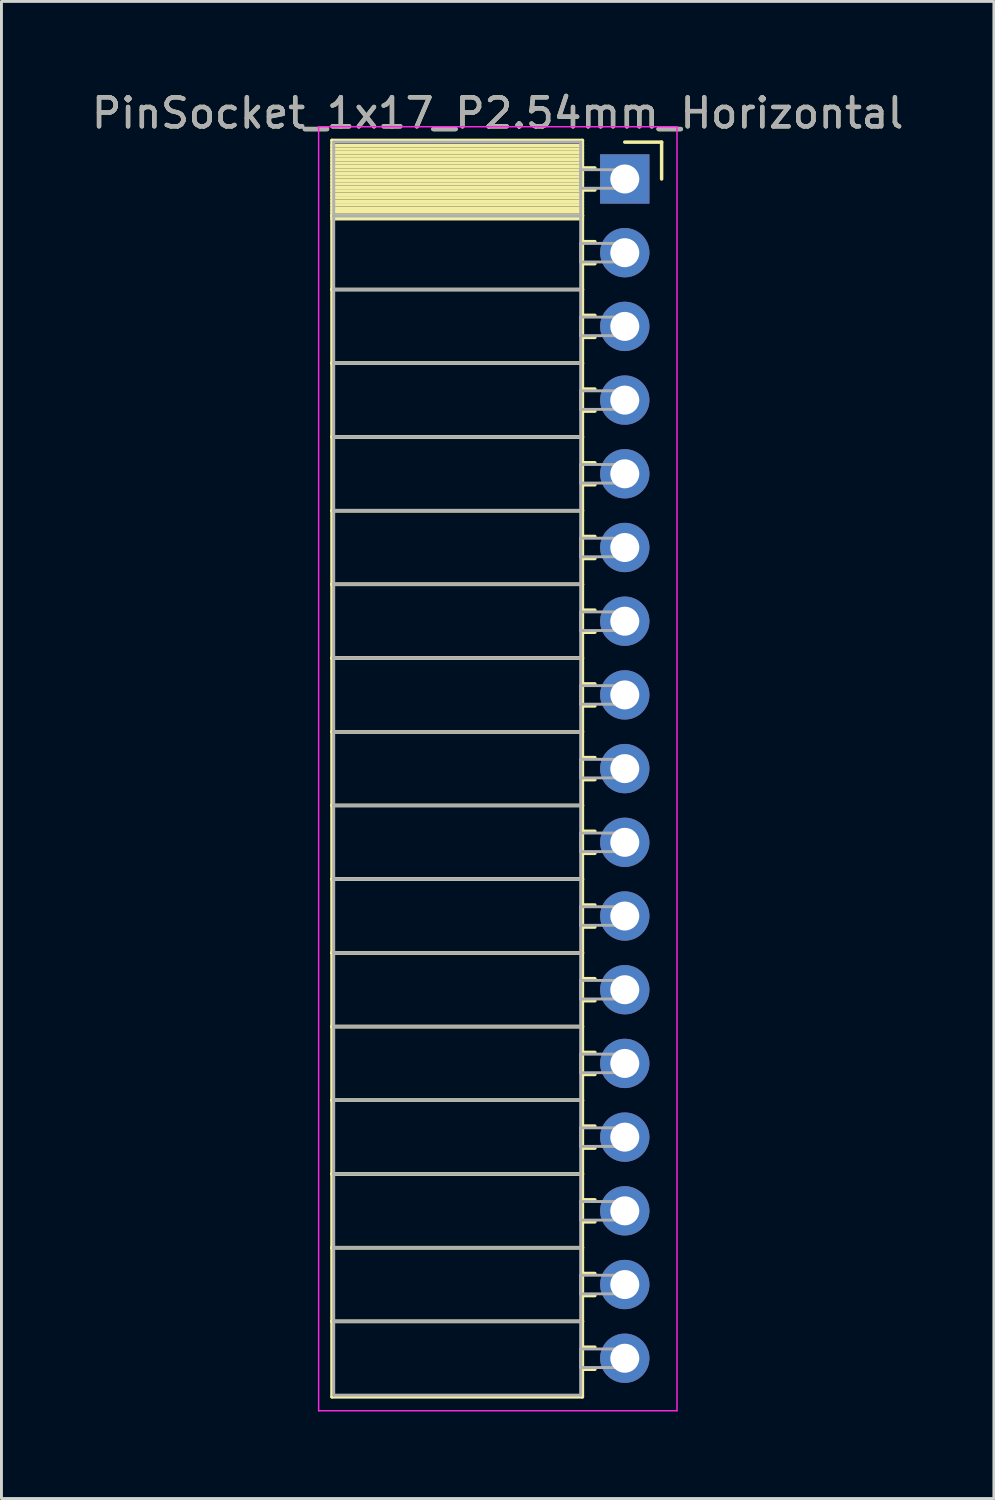
<source format=kicad_pcb>
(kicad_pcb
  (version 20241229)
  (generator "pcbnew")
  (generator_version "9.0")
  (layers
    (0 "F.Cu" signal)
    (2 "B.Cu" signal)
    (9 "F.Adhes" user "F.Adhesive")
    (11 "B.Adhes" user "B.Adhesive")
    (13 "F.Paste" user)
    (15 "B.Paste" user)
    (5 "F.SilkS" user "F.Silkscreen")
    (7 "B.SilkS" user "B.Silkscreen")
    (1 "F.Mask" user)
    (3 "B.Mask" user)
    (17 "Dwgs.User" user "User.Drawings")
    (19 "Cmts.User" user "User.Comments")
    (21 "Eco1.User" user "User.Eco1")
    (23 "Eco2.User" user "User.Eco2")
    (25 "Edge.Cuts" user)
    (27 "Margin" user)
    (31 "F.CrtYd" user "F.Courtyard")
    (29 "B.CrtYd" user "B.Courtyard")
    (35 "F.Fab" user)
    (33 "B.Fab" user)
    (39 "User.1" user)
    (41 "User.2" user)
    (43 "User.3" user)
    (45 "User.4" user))
  (footprint "PinSocket_1x17_P2.54mm_Horizontal"
    (layer "F.Cu")
    (at 18.481 3.118)
    (property "Reference" "PinSocket_1x17_P2.54mm_Horizontal" (at -4.38 -2.27 0) (layer "F.SilkS") (effects (font (size 1 1) (thickness 0.15))))
    (attr through_hole)
    (fp_line (start -10.09 -1.33) (end -1.46 -1.33) (stroke (width 0.12) (type solid)) (layer "F.SilkS"))
    (fp_line (start -10.09 1.27) (end -10.09 -1.33) (stroke (width 0.12) (type solid)) (layer "F.SilkS"))
    (fp_line (start -10.09 1.27) (end -1.46 1.27) (stroke (width 0.12) (type solid)) (layer "F.SilkS"))
    (fp_line (start -10.09 3.81) (end -10.09 1.27) (stroke (width 0.12) (type solid)) (layer "F.SilkS"))
    (fp_line (start -10.09 3.81) (end -1.46 3.81) (stroke (width 0.12) (type solid)) (layer "F.SilkS"))
    (fp_line (start -10.09 6.35) (end -10.09 3.81) (stroke (width 0.12) (type solid)) (layer "F.SilkS"))
    (fp_line (start -10.09 6.35) (end -1.46 6.35) (stroke (width 0.12) (type solid)) (layer "F.SilkS"))
    (fp_line (start -10.09 8.89) (end -10.09 6.35) (stroke (width 0.12) (type solid)) (layer "F.SilkS"))
    (fp_line (start -10.09 8.89) (end -1.46 8.89) (stroke (width 0.12) (type solid)) (layer "F.SilkS"))
    (fp_line (start -10.09 11.43) (end -10.09 8.89) (stroke (width 0.12) (type solid)) (layer "F.SilkS"))
    (fp_line (start -10.09 11.43) (end -1.46 11.43) (stroke (width 0.12) (type solid)) (layer "F.SilkS"))
    (fp_line (start -10.09 13.97) (end -10.09 11.43) (stroke (width 0.12) (type solid)) (layer "F.SilkS"))
    (fp_line (start -10.09 13.97) (end -1.46 13.97) (stroke (width 0.12) (type solid)) (layer "F.SilkS"))
    (fp_line (start -10.09 16.51) (end -10.09 13.97) (stroke (width 0.12) (type solid)) (layer "F.SilkS"))
    (fp_line (start -10.09 16.51) (end -1.46 16.51) (stroke (width 0.12) (type solid)) (layer "F.SilkS"))
    (fp_line (start -10.09 19.05) (end -10.09 16.51) (stroke (width 0.12) (type solid)) (layer "F.SilkS"))
    (fp_line (start -10.09 19.05) (end -1.46 19.05) (stroke (width 0.12) (type solid)) (layer "F.SilkS"))
    (fp_line (start -10.09 21.59) (end -10.09 19.05) (stroke (width 0.12) (type solid)) (layer "F.SilkS"))
    (fp_line (start -10.09 21.59) (end -1.46 21.59) (stroke (width 0.12) (type solid)) (layer "F.SilkS"))
    (fp_line (start -10.09 24.13) (end -10.09 21.59) (stroke (width 0.12) (type solid)) (layer "F.SilkS"))
    (fp_line (start -10.09 24.13) (end -1.46 24.13) (stroke (width 0.12) (type solid)) (layer "F.SilkS"))
    (fp_line (start -10.09 26.67) (end -10.09 24.13) (stroke (width 0.12) (type solid)) (layer "F.SilkS"))
    (fp_line (start -10.09 26.67) (end -1.46 26.67) (stroke (width 0.12) (type solid)) (layer "F.SilkS"))
    (fp_line (start -10.09 29.21) (end -10.09 26.67) (stroke (width 0.12) (type solid)) (layer "F.SilkS"))
    (fp_line (start -10.09 29.21) (end -1.46 29.21) (stroke (width 0.12) (type solid)) (layer "F.SilkS"))
    (fp_line (start -10.09 31.75) (end -10.09 29.21) (stroke (width 0.12) (type solid)) (layer "F.SilkS"))
    (fp_line (start -10.09 31.75) (end -1.46 31.75) (stroke (width 0.12) (type solid)) (layer "F.SilkS"))
    (fp_line (start -10.09 34.29) (end -10.09 31.75) (stroke (width 0.12) (type solid)) (layer "F.SilkS"))
    (fp_line (start -10.09 34.29) (end -1.46 34.29) (stroke (width 0.12) (type solid)) (layer "F.SilkS"))
    (fp_line (start -10.09 36.83) (end -10.09 34.29) (stroke (width 0.12) (type solid)) (layer "F.SilkS"))
    (fp_line (start -10.09 36.83) (end -1.46 36.83) (stroke (width 0.12) (type solid)) (layer "F.SilkS"))
    (fp_line (start -10.09 39.37) (end -10.09 36.83) (stroke (width 0.12) (type solid)) (layer "F.SilkS"))
    (fp_line (start -10.09 39.37) (end -1.46 39.37) (stroke (width 0.12) (type solid)) (layer "F.SilkS"))
    (fp_line (start -10.09 41.97) (end -10.09 39.37) (stroke (width 0.12) (type solid)) (layer "F.SilkS"))
    (fp_line (start -1.46 -1.33) (end -1.46 1.27) (stroke (width 0.12) (type solid)) (layer "F.SilkS"))
    (fp_line (start -1.46 -1.15) (end -10.09 -1.15) (stroke (width 0.12) (type solid)) (layer "F.SilkS"))
    (fp_line (start -1.46 -1.03) (end -10.09 -1.03) (stroke (width 0.12) (type solid)) (layer "F.SilkS"))
    (fp_line (start -1.46 -0.91) (end -10.09 -0.91) (stroke (width 0.12) (type solid)) (layer "F.SilkS"))
    (fp_line (start -1.46 -0.79) (end -10.09 -0.79) (stroke (width 0.12) (type solid)) (layer "F.SilkS"))
    (fp_line (start -1.46 -0.67) (end -10.09 -0.67) (stroke (width 0.12) (type solid)) (layer "F.SilkS"))
    (fp_line (start -1.46 -0.55) (end -10.09 -0.55) (stroke (width 0.12) (type solid)) (layer "F.SilkS"))
    (fp_line (start -1.46 -0.43) (end -10.09 -0.43) (stroke (width 0.12) (type solid)) (layer "F.SilkS"))
    (fp_line (start -1.46 -0.31) (end -10.09 -0.31) (stroke (width 0.12) (type solid)) (layer "F.SilkS"))
    (fp_line (start -1.46 -0.19) (end -10.09 -0.19) (stroke (width 0.12) (type solid)) (layer "F.SilkS"))
    (fp_line (start -1.46 -0.07) (end -10.09 -0.07) (stroke (width 0.12) (type solid)) (layer "F.SilkS"))
    (fp_line (start -1.46 0.05) (end -10.09 0.05) (stroke (width 0.12) (type solid)) (layer "F.SilkS"))
    (fp_line (start -1.46 0.17) (end -10.09 0.17) (stroke (width 0.12) (type solid)) (layer "F.SilkS"))
    (fp_line (start -1.46 0.29) (end -10.09 0.29) (stroke (width 0.12) (type solid)) (layer "F.SilkS"))
    (fp_line (start -1.46 0.41) (end -10.09 0.41) (stroke (width 0.12) (type solid)) (layer "F.SilkS"))
    (fp_line (start -1.46 0.53) (end -10.09 0.53) (stroke (width 0.12) (type solid)) (layer "F.SilkS"))
    (fp_line (start -1.46 0.65) (end -10.09 0.65) (stroke (width 0.12) (type solid)) (layer "F.SilkS"))
    (fp_line (start -1.46 0.77) (end -10.09 0.77) (stroke (width 0.12) (type solid)) (layer "F.SilkS"))
    (fp_line (start -1.46 0.89) (end -10.09 0.89) (stroke (width 0.12) (type solid)) (layer "F.SilkS"))
    (fp_line (start -1.46 1.01) (end -10.09 1.01) (stroke (width 0.12) (type solid)) (layer "F.SilkS"))
    (fp_line (start -1.46 1.13) (end -10.09 1.13) (stroke (width 0.12) (type solid)) (layer "F.SilkS"))
    (fp_line (start -1.46 1.25) (end -10.09 1.25) (stroke (width 0.12) (type solid)) (layer "F.SilkS"))
    (fp_line (start -1.46 1.27) (end -10.09 1.27) (stroke (width 0.12) (type solid)) (layer "F.SilkS"))
    (fp_line (start -1.46 1.27) (end -1.46 3.81) (stroke (width 0.12) (type solid)) (layer "F.SilkS"))
    (fp_line (start -1.46 1.37) (end -10.09 1.37) (stroke (width 0.12) (type solid)) (layer "F.SilkS"))
    (fp_line (start -1.46 3.81) (end -10.09 3.81) (stroke (width 0.12) (type solid)) (layer "F.SilkS"))
    (fp_line (start -1.46 3.81) (end -1.46 6.35) (stroke (width 0.12) (type solid)) (layer "F.SilkS"))
    (fp_line (start -1.46 6.35) (end -10.09 6.35) (stroke (width 0.12) (type solid)) (layer "F.SilkS"))
    (fp_line (start -1.46 6.35) (end -1.46 8.89) (stroke (width 0.12) (type solid)) (layer "F.SilkS"))
    (fp_line (start -1.46 8.89) (end -10.09 8.89) (stroke (width 0.12) (type solid)) (layer "F.SilkS"))
    (fp_line (start -1.46 8.89) (end -1.46 11.43) (stroke (width 0.12) (type solid)) (layer "F.SilkS"))
    (fp_line (start -1.46 11.43) (end -10.09 11.43) (stroke (width 0.12) (type solid)) (layer "F.SilkS"))
    (fp_line (start -1.46 11.43) (end -1.46 13.97) (stroke (width 0.12) (type solid)) (layer "F.SilkS"))
    (fp_line (start -1.46 13.97) (end -10.09 13.97) (stroke (width 0.12) (type solid)) (layer "F.SilkS"))
    (fp_line (start -1.46 13.97) (end -1.46 16.51) (stroke (width 0.12) (type solid)) (layer "F.SilkS"))
    (fp_line (start -1.46 16.51) (end -10.09 16.51) (stroke (width 0.12) (type solid)) (layer "F.SilkS"))
    (fp_line (start -1.46 16.51) (end -1.46 19.05) (stroke (width 0.12) (type solid)) (layer "F.SilkS"))
    (fp_line (start -1.46 19.05) (end -10.09 19.05) (stroke (width 0.12) (type solid)) (layer "F.SilkS"))
    (fp_line (start -1.46 19.05) (end -1.46 21.59) (stroke (width 0.12) (type solid)) (layer "F.SilkS"))
    (fp_line (start -1.46 21.59) (end -10.09 21.59) (stroke (width 0.12) (type solid)) (layer "F.SilkS"))
    (fp_line (start -1.46 21.59) (end -1.46 24.13) (stroke (width 0.12) (type solid)) (layer "F.SilkS"))
    (fp_line (start -1.46 24.13) (end -10.09 24.13) (stroke (width 0.12) (type solid)) (layer "F.SilkS"))
    (fp_line (start -1.46 24.13) (end -1.46 26.67) (stroke (width 0.12) (type solid)) (layer "F.SilkS"))
    (fp_line (start -1.46 26.67) (end -10.09 26.67) (stroke (width 0.12) (type solid)) (layer "F.SilkS"))
    (fp_line (start -1.46 26.67) (end -1.46 29.21) (stroke (width 0.12) (type solid)) (layer "F.SilkS"))
    (fp_line (start -1.46 29.21) (end -10.09 29.21) (stroke (width 0.12) (type solid)) (layer "F.SilkS"))
    (fp_line (start -1.46 29.21) (end -1.46 31.75) (stroke (width 0.12) (type solid)) (layer "F.SilkS"))
    (fp_line (start -1.46 31.75) (end -10.09 31.75) (stroke (width 0.12) (type solid)) (layer "F.SilkS"))
    (fp_line (start -1.46 31.75) (end -1.46 34.29) (stroke (width 0.12) (type solid)) (layer "F.SilkS"))
    (fp_line (start -1.46 34.29) (end -10.09 34.29) (stroke (width 0.12) (type solid)) (layer "F.SilkS"))
    (fp_line (start -1.46 34.29) (end -1.46 36.83) (stroke (width 0.12) (type solid)) (layer "F.SilkS"))
    (fp_line (start -1.46 36.83) (end -10.09 36.83) (stroke (width 0.12) (type solid)) (layer "F.SilkS"))
    (fp_line (start -1.46 36.83) (end -1.46 39.37) (stroke (width 0.12) (type solid)) (layer "F.SilkS"))
    (fp_line (start -1.46 39.37) (end -10.09 39.37) (stroke (width 0.12) (type solid)) (layer "F.SilkS"))
    (fp_line (start -1.46 39.37) (end -1.46 41.97) (stroke (width 0.12) (type solid)) (layer "F.SilkS"))
    (fp_line (start -1.46 41.97) (end -10.09 41.97) (stroke (width 0.12) (type solid)) (layer "F.SilkS"))
    (fp_line (start -1.03 -0.38) (end -1.46 -0.38) (stroke (width 0.12) (type solid)) (layer "F.SilkS"))
    (fp_line (start -1.03 0.38) (end -1.46 0.38) (stroke (width 0.12) (type solid)) (layer "F.SilkS"))
    (fp_line (start -1.03 2.16) (end -1.46 2.16) (stroke (width 0.12) (type solid)) (layer "F.SilkS"))
    (fp_line (start -1.03 2.92) (end -1.46 2.92) (stroke (width 0.12) (type solid)) (layer "F.SilkS"))
    (fp_line (start -1.03 4.7) (end -1.46 4.7) (stroke (width 0.12) (type solid)) (layer "F.SilkS"))
    (fp_line (start -1.03 5.46) (end -1.46 5.46) (stroke (width 0.12) (type solid)) (layer "F.SilkS"))
    (fp_line (start -1.03 7.24) (end -1.46 7.24) (stroke (width 0.12) (type solid)) (layer "F.SilkS"))
    (fp_line (start -1.03 8) (end -1.46 8) (stroke (width 0.12) (type solid)) (layer "F.SilkS"))
    (fp_line (start -1.03 9.78) (end -1.46 9.78) (stroke (width 0.12) (type solid)) (layer "F.SilkS"))
    (fp_line (start -1.03 10.54) (end -1.46 10.54) (stroke (width 0.12) (type solid)) (layer "F.SilkS"))
    (fp_line (start -1.03 12.32) (end -1.46 12.32) (stroke (width 0.12) (type solid)) (layer "F.SilkS"))
    (fp_line (start -1.03 13.08) (end -1.46 13.08) (stroke (width 0.12) (type solid)) (layer "F.SilkS"))
    (fp_line (start -1.03 14.86) (end -1.46 14.86) (stroke (width 0.12) (type solid)) (layer "F.SilkS"))
    (fp_line (start -1.03 15.62) (end -1.46 15.62) (stroke (width 0.12) (type solid)) (layer "F.SilkS"))
    (fp_line (start -1.03 17.4) (end -1.46 17.4) (stroke (width 0.12) (type solid)) (layer "F.SilkS"))
    (fp_line (start -1.03 18.16) (end -1.46 18.16) (stroke (width 0.12) (type solid)) (layer "F.SilkS"))
    (fp_line (start -1.03 19.94) (end -1.46 19.94) (stroke (width 0.12) (type solid)) (layer "F.SilkS"))
    (fp_line (start -1.03 20.7) (end -1.46 20.7) (stroke (width 0.12) (type solid)) (layer "F.SilkS"))
    (fp_line (start -1.03 22.48) (end -1.46 22.48) (stroke (width 0.12) (type solid)) (layer "F.SilkS"))
    (fp_line (start -1.03 23.24) (end -1.46 23.24) (stroke (width 0.12) (type solid)) (layer "F.SilkS"))
    (fp_line (start -1.03 25.02) (end -1.46 25.02) (stroke (width 0.12) (type solid)) (layer "F.SilkS"))
    (fp_line (start -1.03 25.78) (end -1.46 25.78) (stroke (width 0.12) (type solid)) (layer "F.SilkS"))
    (fp_line (start -1.03 27.56) (end -1.46 27.56) (stroke (width 0.12) (type solid)) (layer "F.SilkS"))
    (fp_line (start -1.03 28.32) (end -1.46 28.32) (stroke (width 0.12) (type solid)) (layer "F.SilkS"))
    (fp_line (start -1.03 30.1) (end -1.46 30.1) (stroke (width 0.12) (type solid)) (layer "F.SilkS"))
    (fp_line (start -1.03 30.86) (end -1.46 30.86) (stroke (width 0.12) (type solid)) (layer "F.SilkS"))
    (fp_line (start -1.03 32.64) (end -1.46 32.64) (stroke (width 0.12) (type solid)) (layer "F.SilkS"))
    (fp_line (start -1.03 33.4) (end -1.46 33.4) (stroke (width 0.12) (type solid)) (layer "F.SilkS"))
    (fp_line (start -1.03 35.18) (end -1.46 35.18) (stroke (width 0.12) (type solid)) (layer "F.SilkS"))
    (fp_line (start -1.03 35.94) (end -1.46 35.94) (stroke (width 0.12) (type solid)) (layer "F.SilkS"))
    (fp_line (start -1.03 37.72) (end -1.46 37.72) (stroke (width 0.12) (type solid)) (layer "F.SilkS"))
    (fp_line (start -1.03 38.48) (end -1.46 38.48) (stroke (width 0.12) (type solid)) (layer "F.SilkS"))
    (fp_line (start -1.03 40.26) (end -1.46 40.26) (stroke (width 0.12) (type solid)) (layer "F.SilkS"))
    (fp_line (start -1.03 41.02) (end -1.46 41.02) (stroke (width 0.12) (type solid)) (layer "F.SilkS"))
    (fp_line (start 0 -1.27) (end 1.27 -1.27) (stroke (width 0.12) (type solid)) (layer "F.SilkS"))
    (fp_line (start 1.27 -1.27) (end 1.27 0) (stroke (width 0.12) (type solid)) (layer "F.SilkS"))
    (fp_line (start -10.55 -1.8) (end 1.8 -1.8) (stroke (width 0.05) (type solid)) (layer "F.CrtYd"))
    (fp_line (start -10.55 42.45) (end -10.55 -1.8) (stroke (width 0.05) (type solid)) (layer "F.CrtYd"))
    (fp_line (start 1.8 -1.8) (end 1.8 42.45) (stroke (width 0.05) (type solid)) (layer "F.CrtYd"))
    (fp_line (start 1.8 42.45) (end -10.55 42.45) (stroke (width 0.05) (type solid)) (layer "F.CrtYd"))
    (fp_line (start -10.03 -1.27) (end -1.52 -1.27) (stroke (width 0.1) (type solid)) (layer "F.Fab"))
    (fp_line (start -10.03 1.27) (end -10.03 -1.27) (stroke (width 0.1) (type solid)) (layer "F.Fab"))
    (fp_line (start -10.03 1.27) (end -1.52 1.27) (stroke (width 0.1) (type solid)) (layer "F.Fab"))
    (fp_line (start -10.03 3.81) (end -10.03 1.27) (stroke (width 0.1) (type solid)) (layer "F.Fab"))
    (fp_line (start -10.03 3.81) (end -1.52 3.81) (stroke (width 0.1) (type solid)) (layer "F.Fab"))
    (fp_line (start -10.03 6.35) (end -10.03 3.81) (stroke (width 0.1) (type solid)) (layer "F.Fab"))
    (fp_line (start -10.03 6.35) (end -1.52 6.35) (stroke (width 0.1) (type solid)) (layer "F.Fab"))
    (fp_line (start -10.03 8.89) (end -10.03 6.35) (stroke (width 0.1) (type solid)) (layer "F.Fab"))
    (fp_line (start -10.03 8.89) (end -1.52 8.89) (stroke (width 0.1) (type solid)) (layer "F.Fab"))
    (fp_line (start -10.03 11.43) (end -10.03 8.89) (stroke (width 0.1) (type solid)) (layer "F.Fab"))
    (fp_line (start -10.03 11.43) (end -1.52 11.43) (stroke (width 0.1) (type solid)) (layer "F.Fab"))
    (fp_line (start -10.03 13.97) (end -10.03 11.43) (stroke (width 0.1) (type solid)) (layer "F.Fab"))
    (fp_line (start -10.03 13.97) (end -1.52 13.97) (stroke (width 0.1) (type solid)) (layer "F.Fab"))
    (fp_line (start -10.03 16.51) (end -10.03 13.97) (stroke (width 0.1) (type solid)) (layer "F.Fab"))
    (fp_line (start -10.03 16.51) (end -1.52 16.51) (stroke (width 0.1) (type solid)) (layer "F.Fab"))
    (fp_line (start -10.03 19.05) (end -10.03 16.51) (stroke (width 0.1) (type solid)) (layer "F.Fab"))
    (fp_line (start -10.03 19.05) (end -1.52 19.05) (stroke (width 0.1) (type solid)) (layer "F.Fab"))
    (fp_line (start -10.03 21.59) (end -10.03 19.05) (stroke (width 0.1) (type solid)) (layer "F.Fab"))
    (fp_line (start -10.03 21.59) (end -1.52 21.59) (stroke (width 0.1) (type solid)) (layer "F.Fab"))
    (fp_line (start -10.03 24.13) (end -10.03 21.59) (stroke (width 0.1) (type solid)) (layer "F.Fab"))
    (fp_line (start -10.03 24.13) (end -1.52 24.13) (stroke (width 0.1) (type solid)) (layer "F.Fab"))
    (fp_line (start -10.03 26.67) (end -10.03 24.13) (stroke (width 0.1) (type solid)) (layer "F.Fab"))
    (fp_line (start -10.03 26.67) (end -1.52 26.67) (stroke (width 0.1) (type solid)) (layer "F.Fab"))
    (fp_line (start -10.03 29.21) (end -10.03 26.67) (stroke (width 0.1) (type solid)) (layer "F.Fab"))
    (fp_line (start -10.03 29.21) (end -1.52 29.21) (stroke (width 0.1) (type solid)) (layer "F.Fab"))
    (fp_line (start -10.03 31.75) (end -10.03 29.21) (stroke (width 0.1) (type solid)) (layer "F.Fab"))
    (fp_line (start -10.03 31.75) (end -1.52 31.75) (stroke (width 0.1) (type solid)) (layer "F.Fab"))
    (fp_line (start -10.03 34.29) (end -10.03 31.75) (stroke (width 0.1) (type solid)) (layer "F.Fab"))
    (fp_line (start -10.03 34.29) (end -1.52 34.29) (stroke (width 0.1) (type solid)) (layer "F.Fab"))
    (fp_line (start -10.03 36.83) (end -10.03 34.29) (stroke (width 0.1) (type solid)) (layer "F.Fab"))
    (fp_line (start -10.03 36.83) (end -1.52 36.83) (stroke (width 0.1) (type solid)) (layer "F.Fab"))
    (fp_line (start -10.03 39.37) (end -10.03 36.83) (stroke (width 0.1) (type solid)) (layer "F.Fab"))
    (fp_line (start -10.03 39.37) (end -1.52 39.37) (stroke (width 0.1) (type solid)) (layer "F.Fab"))
    (fp_line (start -10.03 41.91) (end -10.03 39.37) (stroke (width 0.1) (type solid)) (layer "F.Fab"))
    (fp_line (start -1.52 -1.27) (end -1.52 1.27) (stroke (width 0.1) (type solid)) (layer "F.Fab"))
    (fp_line (start -1.52 -0.32) (end 0 -0.32) (stroke (width 0.1) (type solid)) (layer "F.Fab"))
    (fp_line (start -1.52 0.32) (end -1.52 -0.32) (stroke (width 0.1) (type solid)) (layer "F.Fab"))
    (fp_line (start -1.52 1.27) (end -10.03 1.27) (stroke (width 0.1) (type solid)) (layer "F.Fab"))
    (fp_line (start -1.52 1.27) (end -1.52 3.81) (stroke (width 0.1) (type solid)) (layer "F.Fab"))
    (fp_line (start -1.52 2.22) (end 0 2.22) (stroke (width 0.1) (type solid)) (layer "F.Fab"))
    (fp_line (start -1.52 2.86) (end -1.52 2.22) (stroke (width 0.1) (type solid)) (layer "F.Fab"))
    (fp_line (start -1.52 3.81) (end -10.03 3.81) (stroke (width 0.1) (type solid)) (layer "F.Fab"))
    (fp_line (start -1.52 3.81) (end -1.52 6.35) (stroke (width 0.1) (type solid)) (layer "F.Fab"))
    (fp_line (start -1.52 4.76) (end 0 4.76) (stroke (width 0.1) (type solid)) (layer "F.Fab"))
    (fp_line (start -1.52 5.4) (end -1.52 4.76) (stroke (width 0.1) (type solid)) (layer "F.Fab"))
    (fp_line (start -1.52 6.35) (end -10.03 6.35) (stroke (width 0.1) (type solid)) (layer "F.Fab"))
    (fp_line (start -1.52 6.35) (end -1.52 8.89) (stroke (width 0.1) (type solid)) (layer "F.Fab"))
    (fp_line (start -1.52 7.3) (end 0 7.3) (stroke (width 0.1) (type solid)) (layer "F.Fab"))
    (fp_line (start -1.52 7.94) (end -1.52 7.3) (stroke (width 0.1) (type solid)) (layer "F.Fab"))
    (fp_line (start -1.52 8.89) (end -10.03 8.89) (stroke (width 0.1) (type solid)) (layer "F.Fab"))
    (fp_line (start -1.52 8.89) (end -1.52 11.43) (stroke (width 0.1) (type solid)) (layer "F.Fab"))
    (fp_line (start -1.52 9.84) (end 0 9.84) (stroke (width 0.1) (type solid)) (layer "F.Fab"))
    (fp_line (start -1.52 10.48) (end -1.52 9.84) (stroke (width 0.1) (type solid)) (layer "F.Fab"))
    (fp_line (start -1.52 11.43) (end -10.03 11.43) (stroke (width 0.1) (type solid)) (layer "F.Fab"))
    (fp_line (start -1.52 11.43) (end -1.52 13.97) (stroke (width 0.1) (type solid)) (layer "F.Fab"))
    (fp_line (start -1.52 12.38) (end 0 12.38) (stroke (width 0.1) (type solid)) (layer "F.Fab"))
    (fp_line (start -1.52 13.02) (end -1.52 12.38) (stroke (width 0.1) (type solid)) (layer "F.Fab"))
    (fp_line (start -1.52 13.97) (end -10.03 13.97) (stroke (width 0.1) (type solid)) (layer "F.Fab"))
    (fp_line (start -1.52 13.97) (end -1.52 16.51) (stroke (width 0.1) (type solid)) (layer "F.Fab"))
    (fp_line (start -1.52 14.92) (end 0 14.92) (stroke (width 0.1) (type solid)) (layer "F.Fab"))
    (fp_line (start -1.52 15.56) (end -1.52 14.92) (stroke (width 0.1) (type solid)) (layer "F.Fab"))
    (fp_line (start -1.52 16.51) (end -10.03 16.51) (stroke (width 0.1) (type solid)) (layer "F.Fab"))
    (fp_line (start -1.52 16.51) (end -1.52 19.05) (stroke (width 0.1) (type solid)) (layer "F.Fab"))
    (fp_line (start -1.52 17.46) (end 0 17.46) (stroke (width 0.1) (type solid)) (layer "F.Fab"))
    (fp_line (start -1.52 18.1) (end -1.52 17.46) (stroke (width 0.1) (type solid)) (layer "F.Fab"))
    (fp_line (start -1.52 19.05) (end -10.03 19.05) (stroke (width 0.1) (type solid)) (layer "F.Fab"))
    (fp_line (start -1.52 19.05) (end -1.52 21.59) (stroke (width 0.1) (type solid)) (layer "F.Fab"))
    (fp_line (start -1.52 20) (end 0 20) (stroke (width 0.1) (type solid)) (layer "F.Fab"))
    (fp_line (start -1.52 20.64) (end -1.52 20) (stroke (width 0.1) (type solid)) (layer "F.Fab"))
    (fp_line (start -1.52 21.59) (end -10.03 21.59) (stroke (width 0.1) (type solid)) (layer "F.Fab"))
    (fp_line (start -1.52 21.59) (end -1.52 24.13) (stroke (width 0.1) (type solid)) (layer "F.Fab"))
    (fp_line (start -1.52 22.54) (end 0 22.54) (stroke (width 0.1) (type solid)) (layer "F.Fab"))
    (fp_line (start -1.52 23.18) (end -1.52 22.54) (stroke (width 0.1) (type solid)) (layer "F.Fab"))
    (fp_line (start -1.52 24.13) (end -10.03 24.13) (stroke (width 0.1) (type solid)) (layer "F.Fab"))
    (fp_line (start -1.52 24.13) (end -1.52 26.67) (stroke (width 0.1) (type solid)) (layer "F.Fab"))
    (fp_line (start -1.52 25.08) (end 0 25.08) (stroke (width 0.1) (type solid)) (layer "F.Fab"))
    (fp_line (start -1.52 25.72) (end -1.52 25.08) (stroke (width 0.1) (type solid)) (layer "F.Fab"))
    (fp_line (start -1.52 26.67) (end -10.03 26.67) (stroke (width 0.1) (type solid)) (layer "F.Fab"))
    (fp_line (start -1.52 26.67) (end -1.52 29.21) (stroke (width 0.1) (type solid)) (layer "F.Fab"))
    (fp_line (start -1.52 27.62) (end 0 27.62) (stroke (width 0.1) (type solid)) (layer "F.Fab"))
    (fp_line (start -1.52 28.26) (end -1.52 27.62) (stroke (width 0.1) (type solid)) (layer "F.Fab"))
    (fp_line (start -1.52 29.21) (end -10.03 29.21) (stroke (width 0.1) (type solid)) (layer "F.Fab"))
    (fp_line (start -1.52 29.21) (end -1.52 31.75) (stroke (width 0.1) (type solid)) (layer "F.Fab"))
    (fp_line (start -1.52 30.16) (end 0 30.16) (stroke (width 0.1) (type solid)) (layer "F.Fab"))
    (fp_line (start -1.52 30.8) (end -1.52 30.16) (stroke (width 0.1) (type solid)) (layer "F.Fab"))
    (fp_line (start -1.52 31.75) (end -10.03 31.75) (stroke (width 0.1) (type solid)) (layer "F.Fab"))
    (fp_line (start -1.52 31.75) (end -1.52 34.29) (stroke (width 0.1) (type solid)) (layer "F.Fab"))
    (fp_line (start -1.52 32.7) (end 0 32.7) (stroke (width 0.1) (type solid)) (layer "F.Fab"))
    (fp_line (start -1.52 33.34) (end -1.52 32.7) (stroke (width 0.1) (type solid)) (layer "F.Fab"))
    (fp_line (start -1.52 34.29) (end -10.03 34.29) (stroke (width 0.1) (type solid)) (layer "F.Fab"))
    (fp_line (start -1.52 34.29) (end -1.52 36.83) (stroke (width 0.1) (type solid)) (layer "F.Fab"))
    (fp_line (start -1.52 35.24) (end 0 35.24) (stroke (width 0.1) (type solid)) (layer "F.Fab"))
    (fp_line (start -1.52 35.88) (end -1.52 35.24) (stroke (width 0.1) (type solid)) (layer "F.Fab"))
    (fp_line (start -1.52 36.83) (end -10.03 36.83) (stroke (width 0.1) (type solid)) (layer "F.Fab"))
    (fp_line (start -1.52 36.83) (end -1.52 39.37) (stroke (width 0.1) (type solid)) (layer "F.Fab"))
    (fp_line (start -1.52 37.78) (end 0 37.78) (stroke (width 0.1) (type solid)) (layer "F.Fab"))
    (fp_line (start -1.52 38.42) (end -1.52 37.78) (stroke (width 0.1) (type solid)) (layer "F.Fab"))
    (fp_line (start -1.52 39.37) (end -10.03 39.37) (stroke (width 0.1) (type solid)) (layer "F.Fab"))
    (fp_line (start -1.52 39.37) (end -1.52 41.91) (stroke (width 0.1) (type solid)) (layer "F.Fab"))
    (fp_line (start -1.52 40.32) (end 0 40.32) (stroke (width 0.1) (type solid)) (layer "F.Fab"))
    (fp_line (start -1.52 40.96) (end -1.52 40.32) (stroke (width 0.1) (type solid)) (layer "F.Fab"))
    (fp_line (start -1.52 41.91) (end -10.03 41.91) (stroke (width 0.1) (type solid)) (layer "F.Fab"))
    (fp_line (start 0 -0.32) (end 0 0.32) (stroke (width 0.1) (type solid)) (layer "F.Fab"))
    (fp_line (start 0 0.32) (end -1.52 0.32) (stroke (width 0.1) (type solid)) (layer "F.Fab"))
    (fp_line (start 0 2.22) (end 0 2.86) (stroke (width 0.1) (type solid)) (layer "F.Fab"))
    (fp_line (start 0 2.86) (end -1.52 2.86) (stroke (width 0.1) (type solid)) (layer "F.Fab"))
    (fp_line (start 0 4.76) (end 0 5.4) (stroke (width 0.1) (type solid)) (layer "F.Fab"))
    (fp_line (start 0 5.4) (end -1.52 5.4) (stroke (width 0.1) (type solid)) (layer "F.Fab"))
    (fp_line (start 0 7.3) (end 0 7.94) (stroke (width 0.1) (type solid)) (layer "F.Fab"))
    (fp_line (start 0 7.94) (end -1.52 7.94) (stroke (width 0.1) (type solid)) (layer "F.Fab"))
    (fp_line (start 0 9.84) (end 0 10.48) (stroke (width 0.1) (type solid)) (layer "F.Fab"))
    (fp_line (start 0 10.48) (end -1.52 10.48) (stroke (width 0.1) (type solid)) (layer "F.Fab"))
    (fp_line (start 0 12.38) (end 0 13.02) (stroke (width 0.1) (type solid)) (layer "F.Fab"))
    (fp_line (start 0 13.02) (end -1.52 13.02) (stroke (width 0.1) (type solid)) (layer "F.Fab"))
    (fp_line (start 0 14.92) (end 0 15.56) (stroke (width 0.1) (type solid)) (layer "F.Fab"))
    (fp_line (start 0 15.56) (end -1.52 15.56) (stroke (width 0.1) (type solid)) (layer "F.Fab"))
    (fp_line (start 0 17.46) (end 0 18.1) (stroke (width 0.1) (type solid)) (layer "F.Fab"))
    (fp_line (start 0 18.1) (end -1.52 18.1) (stroke (width 0.1) (type solid)) (layer "F.Fab"))
    (fp_line (start 0 20) (end 0 20.64) (stroke (width 0.1) (type solid)) (layer "F.Fab"))
    (fp_line (start 0 20.64) (end -1.52 20.64) (stroke (width 0.1) (type solid)) (layer "F.Fab"))
    (fp_line (start 0 22.54) (end 0 23.18) (stroke (width 0.1) (type solid)) (layer "F.Fab"))
    (fp_line (start 0 23.18) (end -1.52 23.18) (stroke (width 0.1) (type solid)) (layer "F.Fab"))
    (fp_line (start 0 25.08) (end 0 25.72) (stroke (width 0.1) (type solid)) (layer "F.Fab"))
    (fp_line (start 0 25.72) (end -1.52 25.72) (stroke (width 0.1) (type solid)) (layer "F.Fab"))
    (fp_line (start 0 27.62) (end 0 28.26) (stroke (width 0.1) (type solid)) (layer "F.Fab"))
    (fp_line (start 0 28.26) (end -1.52 28.26) (stroke (width 0.1) (type solid)) (layer "F.Fab"))
    (fp_line (start 0 30.16) (end 0 30.8) (stroke (width 0.1) (type solid)) (layer "F.Fab"))
    (fp_line (start 0 30.8) (end -1.52 30.8) (stroke (width 0.1) (type solid)) (layer "F.Fab"))
    (fp_line (start 0 32.7) (end 0 33.34) (stroke (width 0.1) (type solid)) (layer "F.Fab"))
    (fp_line (start 0 33.34) (end -1.52 33.34) (stroke (width 0.1) (type solid)) (layer "F.Fab"))
    (fp_line (start 0 35.24) (end 0 35.88) (stroke (width 0.1) (type solid)) (layer "F.Fab"))
    (fp_line (start 0 35.88) (end -1.52 35.88) (stroke (width 0.1) (type solid)) (layer "F.Fab"))
    (fp_line (start 0 37.78) (end 0 38.42) (stroke (width 0.1) (type solid)) (layer "F.Fab"))
    (fp_line (start 0 38.42) (end -1.52 38.42) (stroke (width 0.1) (type solid)) (layer "F.Fab"))
    (fp_line (start 0 40.32) (end 0 40.96) (stroke (width 0.1) (type solid)) (layer "F.Fab"))
    (fp_line (start 0 40.96) (end -1.52 40.96) (stroke (width 0.1) (type solid)) (layer "F.Fab"))
    (fp_text user "${REFERENCE}" (at -4.38 -2.27 0) (layer "F.Fab") (effects (font (size 1 1) (thickness 0.15))))
    (pad "1" thru_hole rect (at 0 0) (size 1.7 1.7) (drill 1) (layers "*.Cu" "*.Mask"))
    (pad "2" thru_hole oval (at 0 2.54) (size 1.7 1.7) (drill 1) (layers "*.Cu" "*.Mask"))
    (pad "3" thru_hole oval (at 0 5.08) (size 1.7 1.7) (drill 1) (layers "*.Cu" "*.Mask"))
    (pad "4" thru_hole oval (at 0 7.62) (size 1.7 1.7) (drill 1) (layers "*.Cu" "*.Mask"))
    (pad "5" thru_hole oval (at 0 10.16) (size 1.7 1.7) (drill 1) (layers "*.Cu" "*.Mask"))
    (pad "6" thru_hole oval (at 0 12.7) (size 1.7 1.7) (drill 1) (layers "*.Cu" "*.Mask"))
    (pad "7" thru_hole oval (at 0 15.24) (size 1.7 1.7) (drill 1) (layers "*.Cu" "*.Mask"))
    (pad "8" thru_hole oval (at 0 17.78) (size 1.7 1.7) (drill 1) (layers "*.Cu" "*.Mask"))
    (pad "9" thru_hole oval (at 0 20.32) (size 1.7 1.7) (drill 1) (layers "*.Cu" "*.Mask"))
    (pad "10" thru_hole oval (at 0 22.86) (size 1.7 1.7) (drill 1) (layers "*.Cu" "*.Mask"))
    (pad "11" thru_hole oval (at 0 25.4) (size 1.7 1.7) (drill 1) (layers "*.Cu" "*.Mask"))
    (pad "12" thru_hole oval (at 0 27.94) (size 1.7 1.7) (drill 1) (layers "*.Cu" "*.Mask"))
    (pad "13" thru_hole oval (at 0 30.48) (size 1.7 1.7) (drill 1) (layers "*.Cu" "*.Mask"))
    (pad "14" thru_hole oval (at 0 33.02) (size 1.7 1.7) (drill 1) (layers "*.Cu" "*.Mask"))
    (pad "15" thru_hole oval (at 0 35.56) (size 1.7 1.7) (drill 1) (layers "*.Cu" "*.Mask"))
    (pad "16" thru_hole oval (at 0 38.1) (size 1.7 1.7) (drill 1) (layers "*.Cu" "*.Mask"))
    (pad "17" thru_hole oval (at 0 40.64) (size 1.7 1.7) (drill 1) (layers "*.Cu" "*.Mask")))
  (gr_rect
    (start -3 -3)
    (end 31.202 48.593)
    (stroke (width 0.1) (type default))
    (fill no)
    (layer "Edge.Cuts")))
</source>
